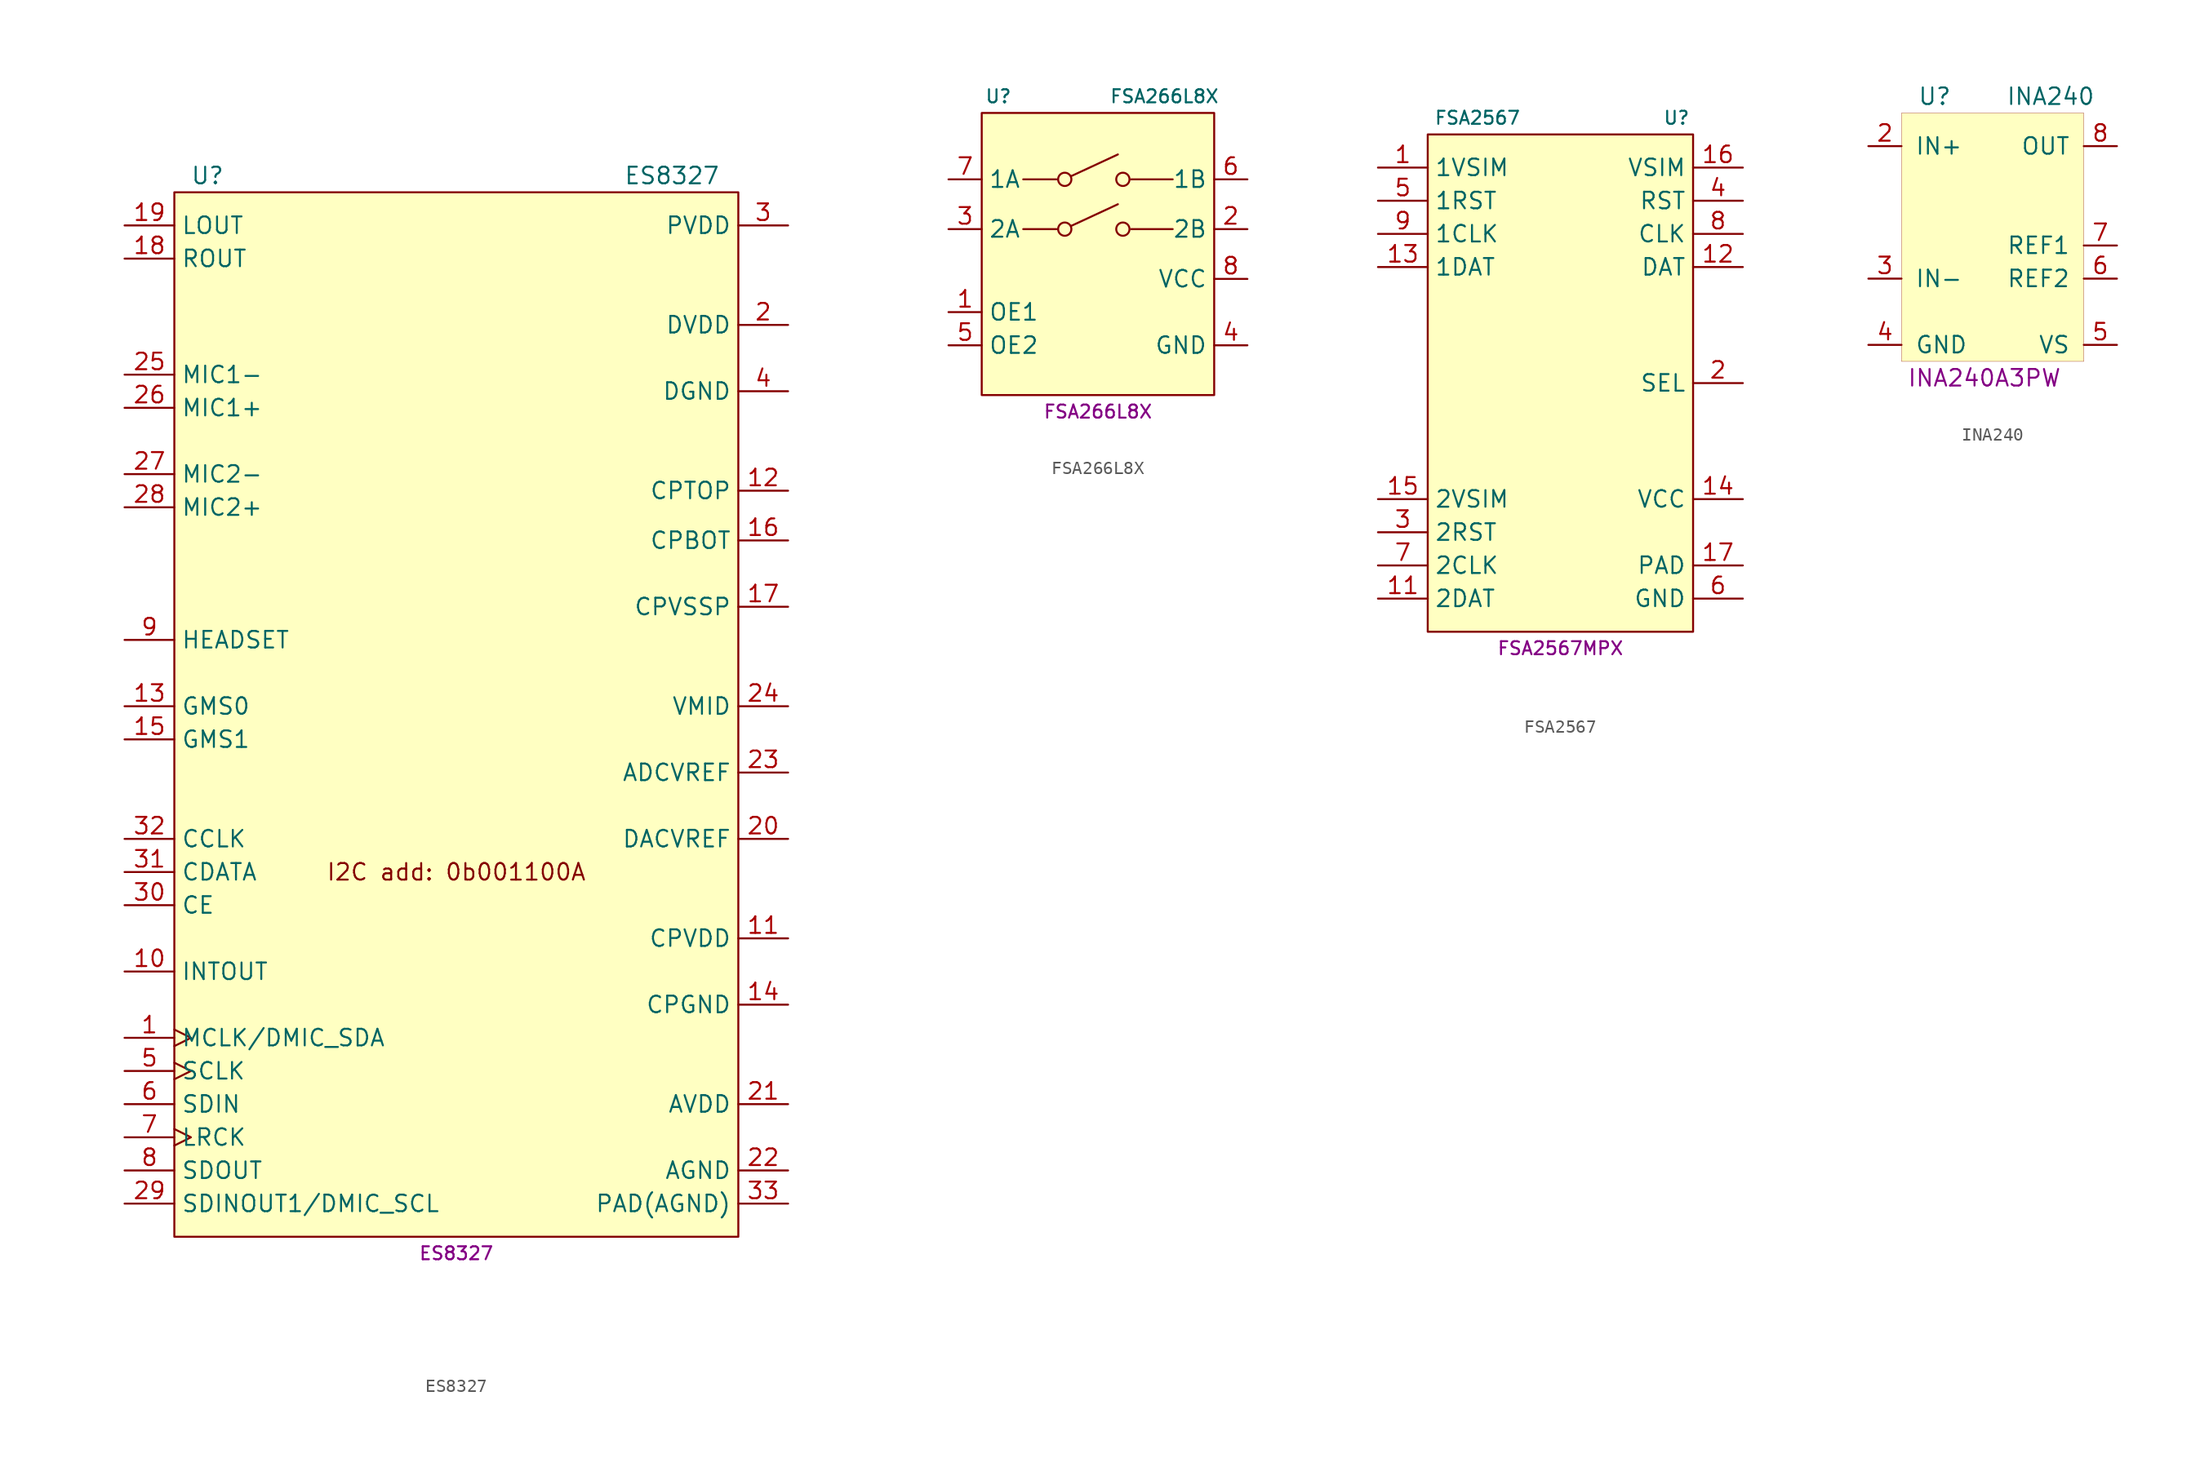
<source format=kicad_sym>
(kicad_symbol_lib
  (version 20231120)
  (generator "kicad_symbol_editor")
  (generator_version "8.0")
  (symbol "ES8327"
    (property "Reference" "U"
      (at -19.05 40.64 0)
      (effects (font (size 1.27 1.27))))
    (property "Value" "ES8327"
      (at 16.51 40.64 0)
      (effects (font (size 1.27 1.27))))
    (property "MPN" "ES8327"
      (at 0 -41.91 0)
      (effects (font (size 0.991 0.991))))
    (symbol "ES8327_1_0"
      (text "I2C add: 0b001100A" (at 0 -12.7 0) (effects (font (size 1.27 1.27)))))
    (symbol "ES8327_1_1"
      (rectangle (start -21.59 39.37) (end 21.59 -40.64) (stroke (width 0) (type default)) (fill (type background)))
      (pin input clock (at -25.4 -25.4 0) (length 3.81) (name "MCLK/DMIC_SDA" (effects (font (size 1.27 1.27)))) (number "1" (effects (font (size 1.27 1.27)))))
      (pin bidirectional line (at -25.4 -20.32 0) (length 3.81) (name "INTOUT" (effects (font (size 1.27 1.27)))) (number "10" (effects (font (size 1.27 1.27)))))
      (pin power_in line (at 25.4 -17.78 180) (length 3.81) (name "CPVDD" (effects (font (size 1.27 1.27)))) (number "11" (effects (font (size 1.27 1.27)))))
      (pin passive line (at 25.4 16.51 180) (length 3.81) (name "CPTOP" (effects (font (size 1.27 1.27)))) (number "12" (effects (font (size 1.27 1.27)))))
      (pin bidirectional line (at -25.4 0 0) (length 3.81) (name "GMS0" (effects (font (size 1.27 1.27)))) (number "13" (effects (font (size 1.27 1.27)))))
      (pin power_in line (at 25.4 -22.86 180) (length 3.81) (name "CPGND" (effects (font (size 1.27 1.27)))) (number "14" (effects (font (size 1.27 1.27)))))
      (pin bidirectional line (at -25.4 -2.54 0) (length 3.81) (name "GMS1" (effects (font (size 1.27 1.27)))) (number "15" (effects (font (size 1.27 1.27)))))
      (pin passive line (at 25.4 12.7 180) (length 3.81) (name "CPBOT" (effects (font (size 1.27 1.27)))) (number "16" (effects (font (size 1.27 1.27)))))
      (pin passive line (at 25.4 7.62 180) (length 3.81) (name "CPVSSP" (effects (font (size 1.27 1.27)))) (number "17" (effects (font (size 1.27 1.27)))))
      (pin output line (at -25.4 34.29 0) (length 3.81) (name "ROUT" (effects (font (size 1.27 1.27)))) (number "18" (effects (font (size 1.27 1.27)))))
      (pin output line (at -25.4 36.83 0) (length 3.81) (name "LOUT" (effects (font (size 1.27 1.27)))) (number "19" (effects (font (size 1.27 1.27)))))
      (pin power_in line (at 25.4 29.21 180) (length 3.81) (name "DVDD" (effects (font (size 1.27 1.27)))) (number "2" (effects (font (size 1.27 1.27)))))
      (pin passive line (at 25.4 -10.16 180) (length 3.81) (name "DACVREF" (effects (font (size 1.27 1.27)))) (number "20" (effects (font (size 1.27 1.27)))))
      (pin power_in line (at 25.4 -30.48 180) (length 3.81) (name "AVDD" (effects (font (size 1.27 1.27)))) (number "21" (effects (font (size 1.27 1.27)))))
      (pin power_in line (at 25.4 -35.56 180) (length 3.81) (name "AGND" (effects (font (size 1.27 1.27)))) (number "22" (effects (font (size 1.27 1.27)))))
      (pin passive line (at 25.4 -5.08 180) (length 3.81) (name "ADCVREF" (effects (font (size 1.27 1.27)))) (number "23" (effects (font (size 1.27 1.27)))))
      (pin passive line (at 25.4 0 180) (length 3.81) (name "VMID" (effects (font (size 1.27 1.27)))) (number "24" (effects (font (size 1.27 1.27)))))
      (pin input line (at -25.4 25.4 0) (length 3.81) (name "MIC1-" (effects (font (size 1.27 1.27)))) (number "25" (effects (font (size 1.27 1.27)))))
      (pin input line (at -25.4 22.86 0) (length 3.81) (name "MIC1+" (effects (font (size 1.27 1.27)))) (number "26" (effects (font (size 1.27 1.27)))))
      (pin input line (at -25.4 17.78 0) (length 3.81) (name "MIC2-" (effects (font (size 1.27 1.27)))) (number "27" (effects (font (size 1.27 1.27)))))
      (pin input line (at -25.4 15.24 0) (length 3.81) (name "MIC2+" (effects (font (size 1.27 1.27)))) (number "28" (effects (font (size 1.27 1.27)))))
      (pin output line (at -25.4 -38.1 0) (length 3.81) (name "SDINOUT1/DMIC_SCL" (effects (font (size 1.27 1.27)))) (number "29" (effects (font (size 1.27 1.27)))))
      (pin power_in line (at 25.4 36.83 180) (length 3.81) (name "PVDD" (effects (font (size 1.27 1.27)))) (number "3" (effects (font (size 1.27 1.27)))))
      (pin input line (at -25.4 -15.24 0) (length 3.81) (name "CE" (effects (font (size 1.27 1.27)))) (number "30" (effects (font (size 1.27 1.27)))))
      (pin bidirectional line (at -25.4 -12.7 0) (length 3.81) (name "CDATA" (effects (font (size 1.27 1.27)))) (number "31" (effects (font (size 1.27 1.27)))))
      (pin input line (at -25.4 -10.16 0) (length 3.81) (name "CCLK" (effects (font (size 1.27 1.27)))) (number "32" (effects (font (size 1.27 1.27)))))
      (pin power_in line (at 25.4 -38.1 180) (length 3.81) (name "PAD(AGND)" (effects (font (size 1.27 1.27)))) (number "33" (effects (font (size 1.27 1.27)))))
      (pin power_in line (at 25.4 24.13 180) (length 3.81) (name "DGND" (effects (font (size 1.27 1.27)))) (number "4" (effects (font (size 1.27 1.27)))))
      (pin input clock (at -25.4 -27.94 0) (length 3.81) (name "SCLK" (effects (font (size 1.27 1.27)))) (number "5" (effects (font (size 1.27 1.27)))))
      (pin input line (at -25.4 -30.48 0) (length 3.81) (name "SDIN" (effects (font (size 1.27 1.27)))) (number "6" (effects (font (size 1.27 1.27)))))
      (pin input clock (at -25.4 -33.02 0) (length 3.81) (name "LRCK" (effects (font (size 1.27 1.27)))) (number "7" (effects (font (size 1.27 1.27)))))
      (pin output line (at -25.4 -35.56 0) (length 3.81) (name "SDOUT" (effects (font (size 1.27 1.27)))) (number "8" (effects (font (size 1.27 1.27)))))
      (pin bidirectional line (at -25.4 5.08 0) (length 3.81) (name "HEADSET" (effects (font (size 1.27 1.27)))) (number "9" (effects (font (size 1.27 1.27)))))))
  (symbol "FSA266L8X"
    (property "Reference" "U"
      (at -7.62 12.7 0)
      (effects (font (size 1 1))))
    (property "Value" "FSA266L8X"
      (at 5.08 12.7 0)
      (effects (font (size 1 1))))
    (property "MPN" "FSA266L8X"
      (at 0 -11.43 0)
      (effects (font (size 1 1))))
    (symbol "FSA266L8X_0_1"
      (circle (center -2.54 2.54) (radius 0.508) (stroke (width 0) (type default)) (fill (type none)))
      (circle (center -2.54 6.35) (radius 0.508) (stroke (width 0) (type default)) (fill (type none)))
      (polyline (pts (xy -2.032 2.794) (xy 1.524 4.445)) (stroke (width 0) (type default)) (fill (type none)))
      (polyline (pts (xy -2.032 6.604) (xy 1.524 8.255)) (stroke (width 0) (type default)) (fill (type none)))
      (circle (center 1.905 2.54) (radius 0.508) (stroke (width 0) (type default)) (fill (type none)))
      (circle (center 1.905 6.35) (radius 0.508) (stroke (width 0) (type default)) (fill (type none))))
    (symbol "FSA266L8X_1_1"
      (rectangle (start -8.89 11.43) (end 8.89 -10.16) (stroke (width 0) (type default)) (fill (type background)))
      (polyline (pts (xy -5.715 6.35) (xy -3.175 6.35)) (stroke (width 0) (type default)) (fill (type none)))
      (polyline (pts (xy -3.175 2.54) (xy -5.715 2.54)) (stroke (width 0) (type default)) (fill (type none)))
      (polyline (pts (xy 2.54 6.35) (xy 5.715 6.35)) (stroke (width 0) (type default)) (fill (type none)))
      (polyline (pts (xy 5.715 2.54) (xy 2.54 2.54)) (stroke (width 0) (type default)) (fill (type none)))
      (pin input line (at -11.43 -3.81 0) (length 2.54) (name "OE1" (effects (font (size 1.27 1.27)))) (number "1" (effects (font (size 1.27 1.27)))))
      (pin passive line (at 11.43 2.54 180) (length 2.54) (name "2B" (effects (font (size 1.27 1.27)))) (number "2" (effects (font (size 1.27 1.27)))))
      (pin passive line (at -11.43 2.54 0) (length 2.54) (name "2A" (effects (font (size 1.27 1.27)))) (number "3" (effects (font (size 1.27 1.27)))))
      (pin power_in line (at 11.43 -6.35 180) (length 2.54) (name "GND" (effects (font (size 1.27 1.27)))) (number "4" (effects (font (size 1.27 1.27)))))
      (pin input line (at -11.43 -6.35 0) (length 2.54) (name "OE2" (effects (font (size 1.27 1.27)))) (number "5" (effects (font (size 1.27 1.27)))))
      (pin passive line (at 11.43 6.35 180) (length 2.54) (name "1B" (effects (font (size 1.27 1.27)))) (number "6" (effects (font (size 1.27 1.27)))))
      (pin passive line (at -11.43 6.35 0) (length 2.54) (name "1A" (effects (font (size 1.27 1.27)))) (number "7" (effects (font (size 1.27 1.27)))))
      (pin power_in line (at 11.43 -1.27 180) (length 2.54) (name "VCC" (effects (font (size 1.27 1.27)))) (number "8" (effects (font (size 1.27 1.27)))))))
  (symbol "FSA2567"
    (property "Reference" "U"
      (at 8.89 20.32 0)
      (effects (font (size 1 1))))
    (property "Value" "FSA2567"
      (at -6.35 20.32 0)
      (effects (font (size 1 1))))
    (property "MPN" "FSA2567MPX"
      (at 0 -20.32 0)
      (effects (font (size 1 1))))
    (symbol "FSA2567_1_1"
      (rectangle (start -10.16 19.05) (end 10.16 -19.05) (stroke (width 0) (type default)) (fill (type background)))
      (pin power_out line (at -13.97 16.51 0) (length 3.81) (name "1VSIM" (effects (font (size 1.27 1.27)))) (number "1" (effects (font (size 1.27 1.27)))))
      (pin bidirectional line (at -13.97 -16.51 0) (length 3.81) (name "2DAT" (effects (font (size 1.27 1.27)))) (number "11" (effects (font (size 1.27 1.27)))))
      (pin bidirectional line (at 13.97 8.89 180) (length 3.81) (name "DAT" (effects (font (size 1.27 1.27)))) (number "12" (effects (font (size 1.27 1.27)))))
      (pin bidirectional line (at -13.97 8.89 0) (length 3.81) (name "1DAT" (effects (font (size 1.27 1.27)))) (number "13" (effects (font (size 1.27 1.27)))))
      (pin power_in line (at 13.97 -8.89 180) (length 3.81) (name "VCC" (effects (font (size 1.27 1.27)))) (number "14" (effects (font (size 1.27 1.27)))))
      (pin power_out line (at -13.97 -8.89 0) (length 3.81) (name "2VSIM" (effects (font (size 1.27 1.27)))) (number "15" (effects (font (size 1.27 1.27)))))
      (pin power_in line (at 13.97 16.51 180) (length 3.81) (name "VSIM" (effects (font (size 1.27 1.27)))) (number "16" (effects (font (size 1.27 1.27)))))
      (pin free line (at 13.97 -13.97 180) (length 3.81) (name "PAD" (effects (font (size 1.27 1.27)))) (number "17" (effects (font (size 1.27 1.27)))))
      (pin input line (at 13.97 0 180) (length 3.81) (name "SEL" (effects (font (size 1.27 1.27)))) (number "2" (effects (font (size 1.27 1.27)))))
      (pin output line (at -13.97 -11.43 0) (length 3.81) (name "2RST" (effects (font (size 1.27 1.27)))) (number "3" (effects (font (size 1.27 1.27)))))
      (pin input line (at 13.97 13.97 180) (length 3.81) (name "RST" (effects (font (size 1.27 1.27)))) (number "4" (effects (font (size 1.27 1.27)))))
      (pin output line (at -13.97 13.97 0) (length 3.81) (name "1RST" (effects (font (size 1.27 1.27)))) (number "5" (effects (font (size 1.27 1.27)))))
      (pin power_in line (at 13.97 -16.51 180) (length 3.81) (name "GND" (effects (font (size 1.27 1.27)))) (number "6" (effects (font (size 1.27 1.27)))))
      (pin output line (at -13.97 -13.97 0) (length 3.81) (name "2CLK" (effects (font (size 1.27 1.27)))) (number "7" (effects (font (size 1.27 1.27)))))
      (pin input line (at 13.97 11.43 180) (length 3.81) (name "CLK" (effects (font (size 1.27 1.27)))) (number "8" (effects (font (size 1.27 1.27)))))
      (pin output line (at -13.97 11.43 0) (length 3.81) (name "1CLK" (effects (font (size 1.27 1.27)))) (number "9" (effects (font (size 1.27 1.27)))))))
  (symbol "INA240"
    (pin_names
      (offset 1.016))
    (property "Reference" "U"
      (at -3.81 8.89 0)
      (effects (font (size 1.27 1.27))))
    (property "Value" "INA240"
      (at 5.08 8.89 0)
      (effects (font (size 1.27 1.27))))
    (property "MPN" "INA240A3PW"
      (at 0 -12.7 0)
      (effects (font (size 1.27 1.27))))
    (symbol "INA240_0_1"
      (rectangle (start -6.35 7.62) (end 7.62 -11.43) (stroke (width 0.001) (type default)) (fill (type background))))
    (symbol "INA240_1_1"
      (pin input line (at -8.89 5.08 0) (length 2.54) (name "IN+" (effects (font (size 1.27 1.27)))) (number "2" (effects (font (size 1.27 1.27)))))
      (pin input line (at -8.89 -5.08 0) (length 2.54) (name "IN-" (effects (font (size 1.27 1.27)))) (number "3" (effects (font (size 1.27 1.27)))))
      (pin power_in line (at -8.89 -10.16 0) (length 2.54) (name "GND" (effects (font (size 1.27 1.27)))) (number "4" (effects (font (size 1.27 1.27)))))
      (pin power_in line (at 10.16 -10.16 180) (length 2.54) (name "VS" (effects (font (size 1.27 1.27)))) (number "5" (effects (font (size 1.27 1.27)))))
      (pin input line (at 10.16 -5.08 180) (length 2.54) (name "REF2" (effects (font (size 1.27 1.27)))) (number "6" (effects (font (size 1.27 1.27)))))
      (pin input line (at 10.16 -2.54 180) (length 2.54) (name "REF1" (effects (font (size 1.27 1.27)))) (number "7" (effects (font (size 1.27 1.27)))))
      (pin output line (at 10.16 5.08 180) (length 2.54) (name "OUT" (effects (font (size 1.27 1.27)))) (number "8" (effects (font (size 1.27 1.27))))))))
</source>
